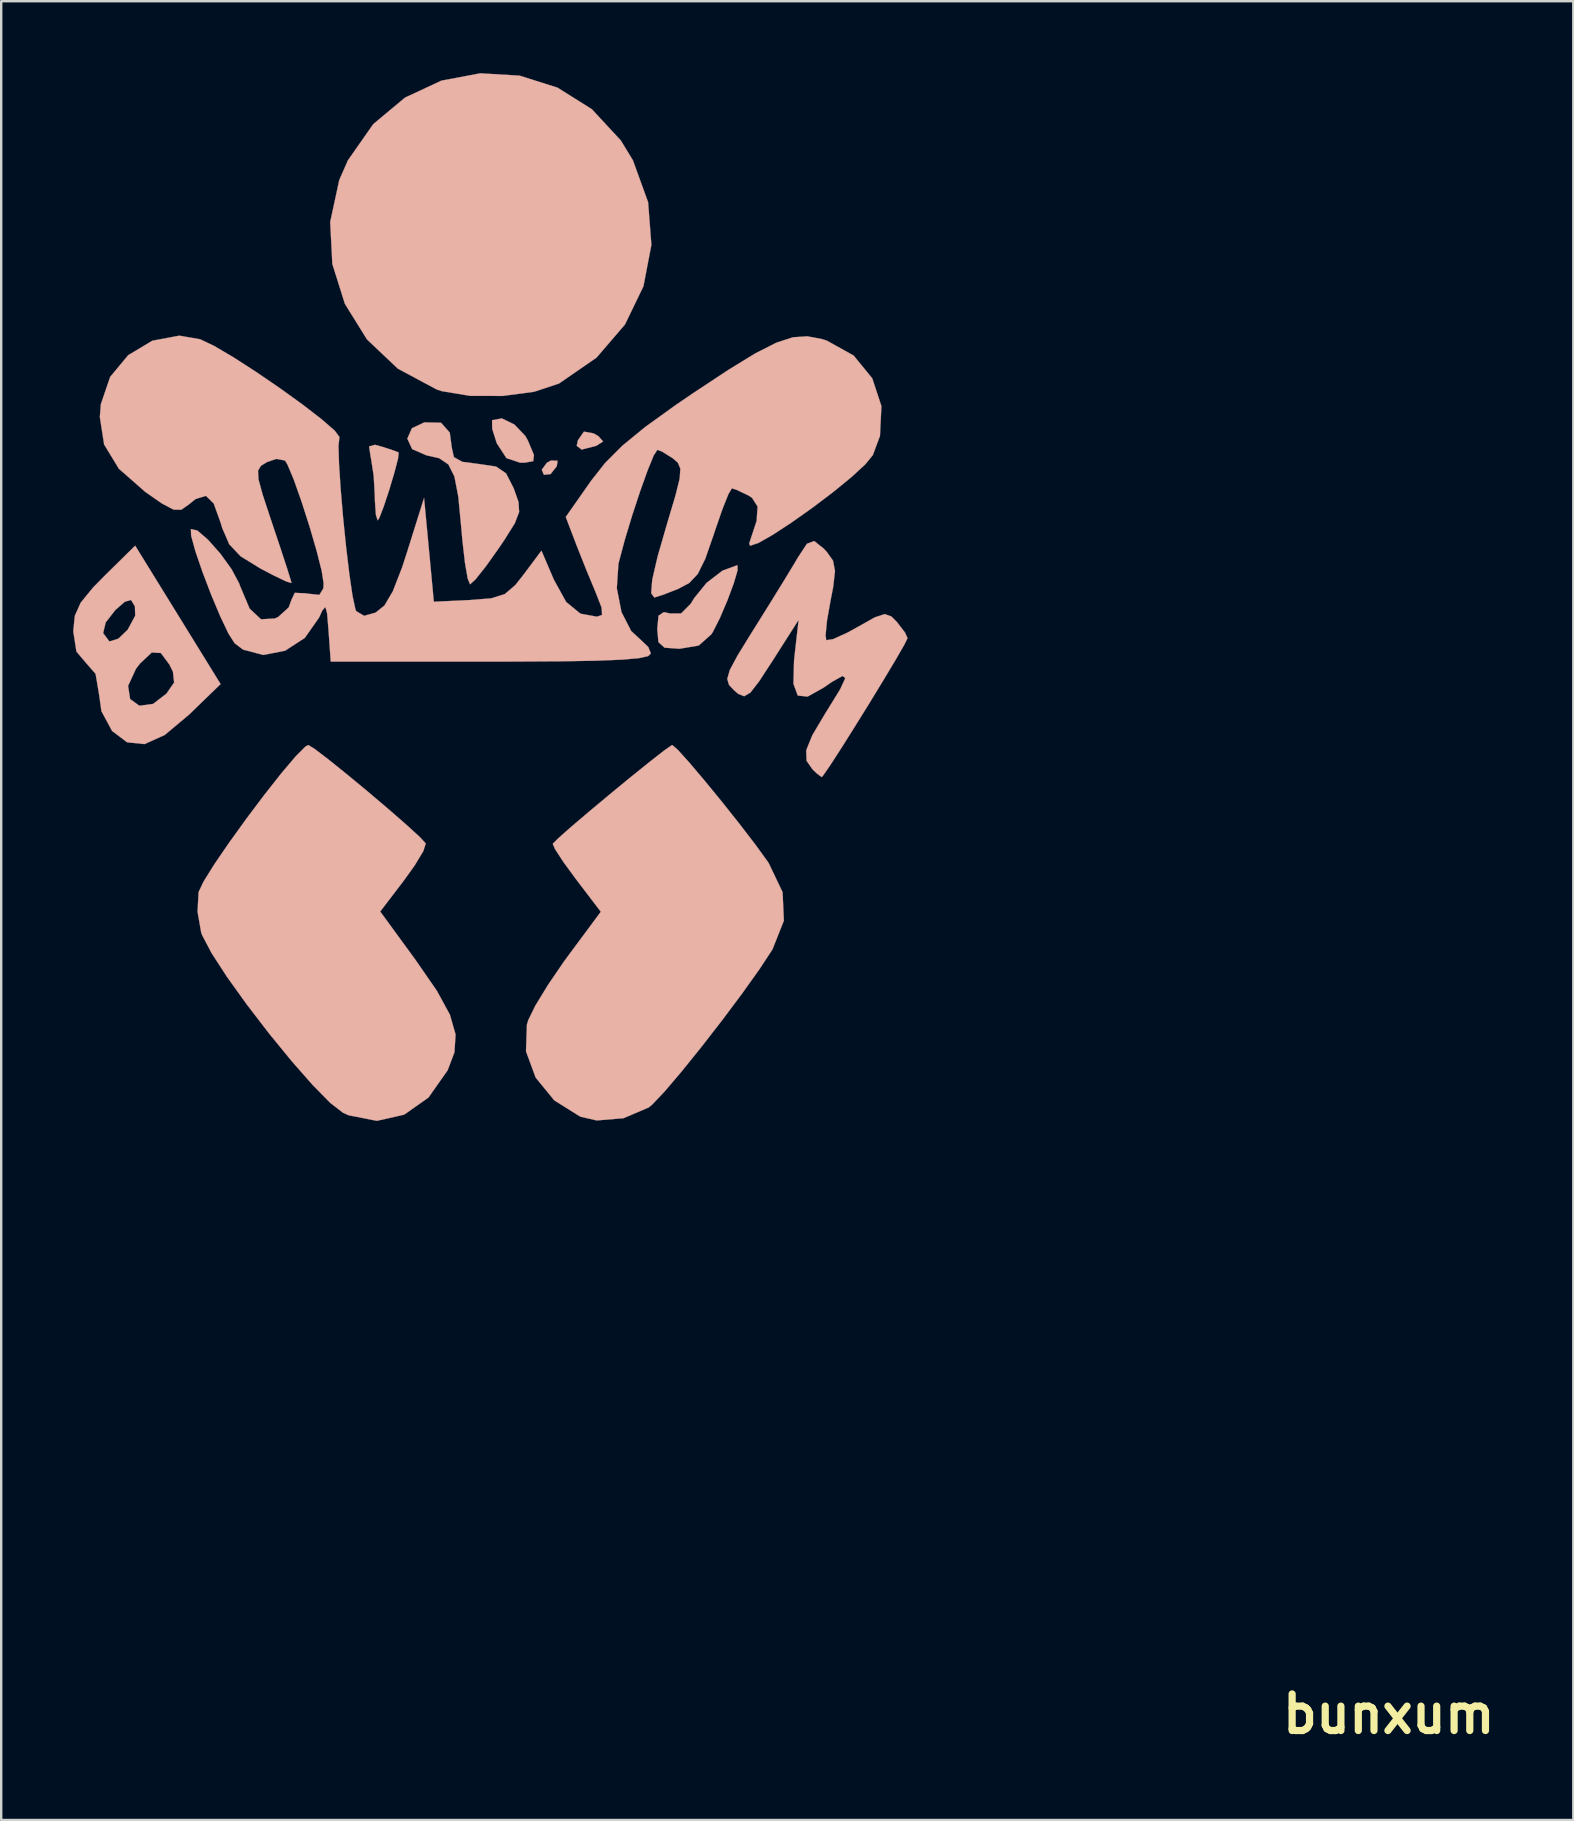
<source format=kicad_pcb>
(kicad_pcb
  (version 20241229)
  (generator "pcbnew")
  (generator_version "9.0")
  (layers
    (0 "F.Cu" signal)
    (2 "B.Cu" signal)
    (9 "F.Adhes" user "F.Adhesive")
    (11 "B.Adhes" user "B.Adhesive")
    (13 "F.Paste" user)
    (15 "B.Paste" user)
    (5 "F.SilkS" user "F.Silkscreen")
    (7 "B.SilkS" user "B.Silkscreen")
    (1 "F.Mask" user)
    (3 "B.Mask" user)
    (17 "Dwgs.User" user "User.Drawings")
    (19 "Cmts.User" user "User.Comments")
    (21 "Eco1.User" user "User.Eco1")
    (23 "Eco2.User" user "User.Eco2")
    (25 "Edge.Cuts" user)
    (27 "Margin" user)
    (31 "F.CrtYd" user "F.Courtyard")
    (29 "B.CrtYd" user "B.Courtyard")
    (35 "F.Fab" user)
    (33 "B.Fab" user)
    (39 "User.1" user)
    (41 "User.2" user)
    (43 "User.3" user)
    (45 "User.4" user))
  (footprint "bunxum"
    (layer "F.Cu")
    (at 54.816 68.365)
    (property "Reference" "bunxum" (at 0 0 0) (layer "F.SilkS") (effects (font (size 1.524 1.524) (thickness 0.3))))
    (attr through_hole)
    (fp_poly (pts (xy -34.634 -52.216) (xy -34.666 -51.99) (xy -34.925 -51.662) (xy -35.203 -51.632) (xy -35.293 -51.841) (xy -35.08 -52.135) (xy -34.905 -52.228) (xy -34.634 -52.216)) (stroke (width 0.01) (type solid)) (fill yes) (layer "B.SilkS"))
    (fp_poly (pts (xy -33.134 -53.358) (xy -32.931 -53.239) (xy -32.736 -53.021) (xy -33.019 -52.842) (xy -33.631 -52.682) (xy -33.837 -52.84) (xy -33.785 -53.073) (xy -33.537 -53.43) (xy -33.134 -53.358)) (stroke (width 0.01) (type solid)) (fill yes) (layer "B.SilkS"))
    (fp_poly (pts (xy -36.434 -53.728) (xy -35.977 -53.25) (xy -35.868 -53.055) (xy -35.618 -52.457) (xy -35.648 -52.199) (xy -36.007 -52.138) (xy -36.196 -52.137) (xy -36.764 -52.326) (xy -37.168 -52.948) (xy -37.357 -53.543) (xy -37.363 -53.896) (xy -37.354 -53.908) (xy -36.956 -53.982) (xy -36.434 -53.728)) (stroke (width 0.01) (type solid)) (fill yes) (layer "B.SilkS"))
    (fp_poly (pts (xy -41.949 -52.802) (xy -41.445 -52.638) (xy -41.254 -52.562) (xy -41.283 -52.3) (xy -41.435 -51.717) (xy -41.652 -50.991) (xy -41.88 -50.303) (xy -42.062 -49.833) (xy -42.131 -49.731) (xy -42.205 -49.967) (xy -42.245 -50.553) (xy -42.248 -50.733) (xy -42.296 -51.59) (xy -42.409 -52.322) (xy -42.421 -52.368) (xy -42.487 -52.814) (xy -42.246 -52.882) (xy -41.949 -52.802)) (stroke (width 0.01) (type solid)) (fill yes) (layer "B.SilkS"))
    (fp_poly (pts (xy -27.136 -47.642) (xy -27.297 -47.098) (xy -27.563 -46.385) (xy -27.872 -45.662) (xy -28.164 -45.085) (xy -28.224 -44.989) (xy -28.753 -44.518) (xy -29.55 -44.383) (xy -30.176 -44.428) (xy -30.432 -44.659) (xy -30.48 -45.203) (xy -30.429 -45.761) (xy -30.207 -45.911) (xy -29.943 -45.853) (xy -29.487 -45.856) (xy -29.084 -46.261) (xy -28.944 -46.49) (xy -28.428 -47.128) (xy -27.765 -47.637) (xy -27.164 -47.858) (xy -27.137 -47.859) (xy -27.136 -47.642)) (stroke (width 0.01) (type solid)) (fill yes) (layer "B.SilkS"))
    (fp_poly (pts (xy -36.217 -68.263) (xy -34.639 -67.764) (xy -33.206 -66.865) (xy -32 -65.564) (xy -31.494 -64.735) (xy -30.862 -62.99) (xy -30.725 -61.213) (xy -31.056 -59.487) (xy -31.827 -57.893) (xy -33.011 -56.514) (xy -34.577 -55.434) (xy -35.61 -55.092) (xy -36.921 -54.918) (xy -38.281 -54.922) (xy -39.456 -55.116) (xy -39.67 -55.187) (xy -41.287 -56.052) (xy -42.574 -57.271) (xy -43.496 -58.755) (xy -44.019 -60.416) (xy -44.108 -62.165) (xy -43.731 -63.913) (xy -43.369 -64.735) (xy -42.314 -66.243) (xy -40.988 -67.35) (xy -39.474 -68.055) (xy -37.856 -68.36) (xy -36.217 -68.263)) (stroke (width 0.01) (type solid)) (fill yes) (layer "B.SilkS"))
    (fp_poly (pts (xy -39.491 -53.802) (xy -39.126 -53.392) (xy -39.04 -52.754) (xy -38.953 -52.368) (xy -38.603 -52.172) (xy -37.935 -52.085) (xy -37.198 -51.976) (xy -36.781 -51.693) (xy -36.469 -51.084) (xy -36.451 -51.037) (xy -36.262 -50.503) (xy -36.235 -50.084) (xy -36.414 -49.616) (xy -36.839 -48.936) (xy -37.083 -48.574) (xy -37.62 -47.819) (xy -38.05 -47.278) (xy -38.28 -47.067) (xy -38.28 -47.067) (xy -38.379 -47.309) (xy -38.493 -47.967) (xy -38.602 -48.921) (xy -38.649 -49.459) (xy -38.771 -50.729) (xy -38.933 -51.563) (xy -39.183 -52.062) (xy -39.569 -52.324) (xy -40.105 -52.445) (xy -40.692 -52.702) (xy -40.895 -53.136) (xy -40.703 -53.572) (xy -40.187 -53.816) (xy -39.491 -53.802)) (stroke (width 0.01) (type solid)) (fill yes) (layer "B.SilkS"))
    (fp_poly (pts (xy -44.756 -40.21) (xy -44.189 -39.778) (xy -43.423 -39.162) (xy -42.558 -38.447) (xy -41.695 -37.715) (xy -40.936 -37.053) (xy -40.38 -36.545) (xy -40.129 -36.275) (xy -40.126 -36.269) (xy -40.228 -35.953) (xy -40.585 -35.359) (xy -41.03 -34.738) (xy -42.024 -33.435) (xy -40.55 -31.416) (xy -39.664 -30.134) (xy -39.119 -29.134) (xy -38.884 -28.313) (xy -38.93 -27.57) (xy -39.215 -26.82) (xy -40.013 -25.685) (xy -41.024 -24.972) (xy -42.163 -24.714) (xy -43.345 -24.946) (xy -43.581 -25.055) (xy -44.105 -25.461) (xy -44.845 -26.214) (xy -45.723 -27.214) (xy -46.661 -28.362) (xy -47.58 -29.559) (xy -48.402 -30.704) (xy -49.048 -31.699) (xy -49.441 -32.444) (xy -49.482 -32.553) (xy -49.635 -33.425) (xy -49.593 -34.242) (xy -49.389 -34.676) (xy -48.941 -35.396) (xy -48.319 -36.305) (xy -47.596 -37.308) (xy -46.845 -38.306) (xy -46.136 -39.204) (xy -45.543 -39.904) (xy -45.138 -40.31) (xy -45.022 -40.373) (xy -44.756 -40.21)) (stroke (width 0.01) (type solid)) (fill yes) (layer "B.SilkS"))
    (fp_poly (pts (xy -29.628 -40.176) (xy -29.155 -39.653) (xy -28.515 -38.898) (xy -27.788 -38.01) (xy -27.053 -37.085) (xy -26.39 -36.221) (xy -25.878 -35.515) (xy -25.838 -35.455) (xy -25.258 -34.24) (xy -25.205 -33.056) (xy -25.679 -31.86) (xy -25.688 -31.845) (xy -26.223 -31.031) (xy -26.945 -30.019) (xy -27.777 -28.906) (xy -28.644 -27.789) (xy -29.468 -26.768) (xy -30.173 -25.938) (xy -30.683 -25.399) (xy -30.838 -25.27) (xy -31.886 -24.824) (xy -33.001 -24.73) (xy -33.688 -24.888) (xy -34.772 -25.567) (xy -35.548 -26.517) (xy -35.95 -27.611) (xy -35.911 -28.727) (xy -35.855 -28.913) (xy -35.561 -29.512) (xy -35.037 -30.372) (xy -34.383 -31.33) (xy -34.2 -31.581) (xy -32.832 -33.426) (xy -33.862 -34.776) (xy -34.386 -35.492) (xy -34.736 -36.029) (xy -34.835 -36.256) (xy -34.612 -36.482) (xy -34.077 -36.956) (xy -33.328 -37.593) (xy -32.466 -38.313) (xy -31.591 -39.033) (xy -30.801 -39.669) (xy -30.197 -40.141) (xy -29.878 -40.365) (xy -29.856 -40.373) (xy -29.628 -40.176)) (stroke (width 0.01) (type solid)) (fill yes) (layer "B.SilkS"))
    (fp_poly (pts (xy -50.454 -45.796) (xy -48.675 -42.913) (xy -49.985 -41.643) (xy -51.001 -40.792) (xy -51.843 -40.411) (xy -52.57 -40.486) (xy -53.196 -40.958) (xy -53.64 -41.783) (xy -53.741 -42.498) (xy -53.798 -42.835) (xy -52.53 -42.835) (xy -52.445 -42.289) (xy -52.06 -42.009) (xy -51.488 -42.086) (xy -50.931 -42.514) (xy -50.611 -42.977) (xy -50.66 -43.425) (xy -50.805 -43.723) (xy -51.165 -44.207) (xy -51.543 -44.228) (xy -52.027 -43.774) (xy -52.2 -43.551) (xy -52.53 -42.835) (xy -53.798 -42.835) (xy -53.884 -43.34) (xy -54.276 -43.786) (xy -54.682 -44.267) (xy -54.803 -45.046) (xy -53.567 -45.046) (xy -53.559 -45.023) (xy -53.307 -44.687) (xy -52.932 -44.805) (xy -52.547 -45.175) (xy -52.232 -45.761) (xy -52.245 -46.151) (xy -52.407 -46.417) (xy -52.665 -46.343) (xy -53.06 -45.999) (xy -53.462 -45.482) (xy -53.567 -45.046) (xy -54.803 -45.046) (xy -54.81 -45.094) (xy -54.811 -45.131) (xy -54.749 -45.755) (xy -54.503 -46.306) (xy -53.985 -46.94) (xy -53.522 -47.41) (xy -52.234 -48.679) (xy -50.454 -45.796)) (stroke (width 0.01) (type solid)) (fill yes) (layer "B.SilkS"))
    (fp_poly (pts (xy -23.548 -48.56) (xy -23.413 -48.414) (xy -23.158 -48.056) (xy -23.075 -47.628) (xy -23.15 -46.957) (xy -23.261 -46.387) (xy -23.409 -45.55) (xy -23.467 -44.944) (xy -23.439 -44.739) (xy -23.153 -44.785) (xy -22.567 -45.05) (xy -22.121 -45.296) (xy -21.416 -45.692) (xy -21.004 -45.829) (xy -20.725 -45.728) (xy -20.496 -45.499) (xy -20.155 -45.056) (xy -20.053 -44.825) (xy -20.184 -44.557) (xy -20.533 -43.95) (xy -21.036 -43.11) (xy -21.626 -42.142) (xy -22.24 -41.153) (xy -22.811 -40.246) (xy -23.275 -39.528) (xy -23.567 -39.105) (xy -23.63 -39.036) (xy -23.84 -39.195) (xy -24.01 -39.357) (xy -24.26 -39.717) (xy -24.274 -40.154) (xy -24.021 -40.778) (xy -23.474 -41.7) (xy -23.387 -41.838) (xy -22.857 -42.7) (xy -22.646 -43.16) (xy -22.76 -43.251) (xy -23.203 -43.004) (xy -23.552 -42.762) (xy -24.217 -42.39) (xy -24.626 -42.434) (xy -24.806 -42.922) (xy -24.782 -43.883) (xy -24.761 -44.085) (xy -24.591 -45.586) (xy -25.676 -43.885) (xy -26.234 -43.029) (xy -26.599 -42.558) (xy -26.858 -42.405) (xy -27.101 -42.501) (xy -27.269 -42.642) (xy -27.49 -42.875) (xy -27.564 -43.126) (xy -27.458 -43.499) (xy -27.138 -44.096) (xy -26.571 -45.018) (xy -26.407 -45.28) (xy -25.758 -46.319) (xy -25.173 -47.268) (xy -24.741 -47.98) (xy -24.617 -48.191) (xy -24.244 -48.759) (xy -23.94 -48.872) (xy -23.548 -48.56)) (stroke (width 0.01) (type solid)) (fill yes) (layer "B.SilkS"))
    (fp_poly (pts (xy -49.528 -57.28) (xy -48.956 -57.008) (xy -48.146 -56.532) (xy -47.195 -55.919) (xy -46.201 -55.239) (xy -45.259 -54.56) (xy -44.468 -53.949) (xy -43.923 -53.475) (xy -43.721 -53.206) (xy -43.726 -53.189) (xy -43.762 -52.832) (xy -43.74 -52.071) (xy -43.671 -51.03) (xy -43.569 -49.837) (xy -43.444 -48.615) (xy -43.31 -47.492) (xy -43.178 -46.592) (xy -43.06 -46.04) (xy -43.024 -45.951) (xy -42.695 -45.756) (xy -42.215 -45.89) (xy -41.847 -46.186) (xy -41.495 -46.785) (xy -41.111 -47.776) (xy -40.904 -48.413) (xy -40.197 -50.666) (xy -39.993 -48.504) (xy -39.79 -46.343) (xy -38.289 -46.413) (xy -37.396 -46.485) (xy -36.832 -46.662) (xy -36.391 -47.042) (xy -36.048 -47.476) (xy -35.306 -48.47) (xy -34.791 -47.267) (xy -34.276 -46.333) (xy -33.682 -45.846) (xy -32.995 -45.72) (xy -32.781 -45.794) (xy -32.8 -46.099) (xy -33.043 -46.723) (xy -33.437 -47.672) (xy -33.837 -48.679) (xy -33.883 -48.8) (xy -34.293 -49.875) (xy -33.241 -51.377) (xy -32.655 -52.123) (xy -31.935 -52.844) (xy -30.985 -53.623) (xy -29.708 -54.542) (xy -28.995 -55.028) (xy -27.518 -56.004) (xy -26.387 -56.696) (xy -25.517 -57.138) (xy -24.825 -57.362) (xy -24.225 -57.402) (xy -23.633 -57.291) (xy -23.418 -57.224) (xy -22.297 -56.6) (xy -21.522 -55.651) (xy -21.141 -54.495) (xy -21.201 -53.25) (xy -21.498 -52.453) (xy -21.811 -52.068) (xy -22.395 -51.531) (xy -23.16 -50.906) (xy -24.018 -50.257) (xy -24.881 -49.646) (xy -25.66 -49.136) (xy -26.267 -48.791) (xy -26.613 -48.674) (xy -26.649 -48.771) (xy -26.34 -49.713) (xy -26.3 -50.308) (xy -26.532 -50.673) (xy -26.696 -50.778) (xy -27.175 -51.006) (xy -27.372 -51.067) (xy -27.513 -50.833) (xy -27.761 -50.212) (xy -28.067 -49.33) (xy -28.124 -49.155) (xy -28.479 -48.134) (xy -28.792 -47.501) (xy -29.148 -47.123) (xy -29.602 -46.882) (xy -30.216 -46.641) (xy -30.586 -46.524) (xy -30.605 -46.522) (xy -30.735 -46.699) (xy -30.69 -47.258) (xy -30.464 -48.235) (xy -30.048 -49.672) (xy -30.048 -49.673) (xy -29.722 -50.767) (xy -29.548 -51.466) (xy -29.517 -51.883) (xy -29.62 -52.133) (xy -29.832 -52.318) (xy -30.282 -52.6) (xy -30.478 -52.672) (xy -30.629 -52.436) (xy -30.883 -51.814) (xy -31.198 -50.934) (xy -31.531 -49.923) (xy -31.837 -48.909) (xy -32.074 -48.02) (xy -32.099 -47.913) (xy -32.166 -46.908) (xy -31.971 -45.912) (xy -31.568 -45.125) (xy -31.268 -44.847) (xy -30.855 -44.457) (xy -30.747 -44.185) (xy -30.863 -44.076) (xy -31.243 -43.992) (xy -31.937 -43.93) (xy -32.995 -43.887) (xy -34.466 -43.861) (xy -36.4 -43.85) (xy -37.417 -43.848) (xy -44.086 -43.848) (xy -44.175 -45.118) (xy -44.236 -45.858) (xy -44.309 -46.125) (xy -44.437 -45.977) (xy -44.573 -45.68) (xy -45.167 -44.835) (xy -45.987 -44.302) (xy -46.891 -44.125) (xy -47.738 -44.347) (xy -48.09 -44.614) (xy -48.345 -45.013) (xy -48.687 -45.731) (xy -49.067 -46.635) (xy -49.43 -47.587) (xy -49.726 -48.451) (xy -49.902 -49.093) (xy -49.912 -49.371) (xy -49.643 -49.31) (xy -49.197 -48.926) (xy -48.684 -48.346) (xy -48.216 -47.697) (xy -47.901 -47.106) (xy -47.868 -47.011) (xy -47.466 -46.058) (xy -46.99 -45.611) (xy -46.409 -45.646) (xy -46.272 -45.711) (xy -45.837 -46.106) (xy -45.72 -46.427) (xy -45.584 -46.714) (xy -45.104 -46.692) (xy -45.052 -46.68) (xy -44.558 -46.629) (xy -44.393 -46.902) (xy -44.383 -47.118) (xy -44.464 -47.636) (xy -44.677 -48.478) (xy -44.973 -49.491) (xy -45.305 -50.526) (xy -45.625 -51.431) (xy -45.887 -52.055) (xy -45.992 -52.228) (xy -46.357 -52.294) (xy -46.744 -52.161) (xy -46.995 -52.006) (xy -47.115 -51.803) (xy -47.096 -51.443) (xy -46.926 -50.817) (xy -46.596 -49.817) (xy -46.505 -49.546) (xy -46.161 -48.518) (xy -45.893 -47.699) (xy -45.741 -47.209) (xy -45.72 -47.124) (xy -45.931 -47.184) (xy -46.477 -47.445) (xy -47.03 -47.736) (xy -47.842 -48.237) (xy -48.314 -48.736) (xy -48.609 -49.419) (xy -48.669 -49.625) (xy -48.961 -50.436) (xy -49.285 -50.755) (xy -49.716 -50.624) (xy -50.018 -50.381) (xy -50.312 -50.176) (xy -50.634 -50.181) (xy -51.118 -50.436) (xy -51.812 -50.918) (xy -52.913 -51.885) (xy -53.528 -52.894) (xy -53.706 -54.041) (xy -53.664 -54.574) (xy -53.276 -55.712) (xy -52.521 -56.619) (xy -51.521 -57.218) (xy -50.395 -57.429) (xy -49.528 -57.28)) (stroke (width 0.01) (type solid)) (fill yes) (layer "B.SilkS")))
  (gr_rect
    (start -3 -3)
    (end 62.504 72.783)
    (stroke (width 0.1) (type default))
    (fill no)
    (layer "Edge.Cuts")))
</source>
